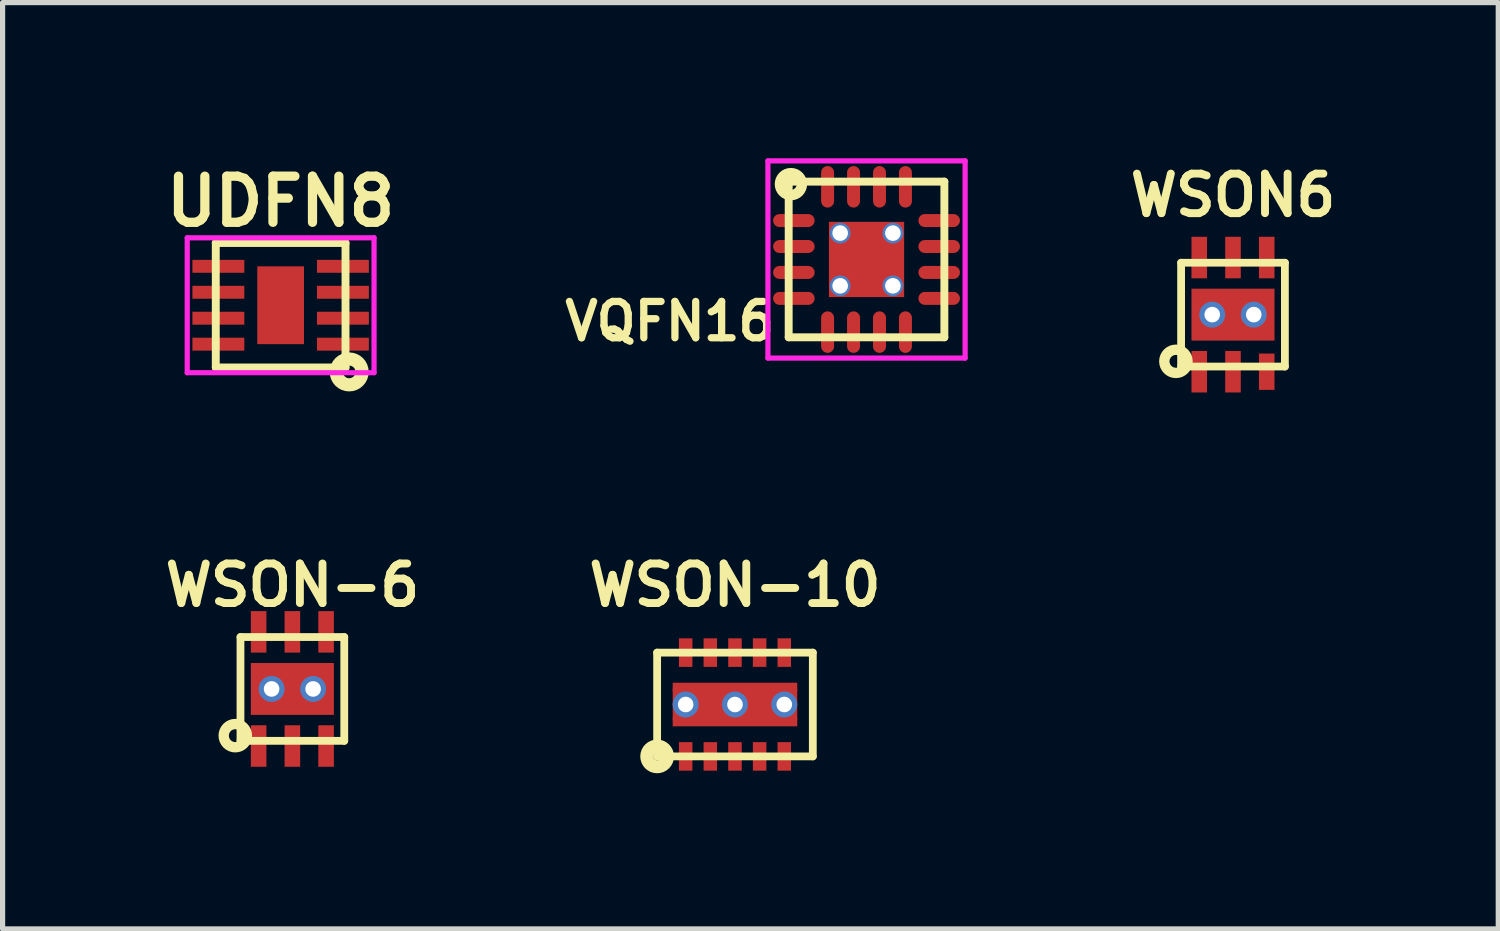
<source format=kicad_pcb>
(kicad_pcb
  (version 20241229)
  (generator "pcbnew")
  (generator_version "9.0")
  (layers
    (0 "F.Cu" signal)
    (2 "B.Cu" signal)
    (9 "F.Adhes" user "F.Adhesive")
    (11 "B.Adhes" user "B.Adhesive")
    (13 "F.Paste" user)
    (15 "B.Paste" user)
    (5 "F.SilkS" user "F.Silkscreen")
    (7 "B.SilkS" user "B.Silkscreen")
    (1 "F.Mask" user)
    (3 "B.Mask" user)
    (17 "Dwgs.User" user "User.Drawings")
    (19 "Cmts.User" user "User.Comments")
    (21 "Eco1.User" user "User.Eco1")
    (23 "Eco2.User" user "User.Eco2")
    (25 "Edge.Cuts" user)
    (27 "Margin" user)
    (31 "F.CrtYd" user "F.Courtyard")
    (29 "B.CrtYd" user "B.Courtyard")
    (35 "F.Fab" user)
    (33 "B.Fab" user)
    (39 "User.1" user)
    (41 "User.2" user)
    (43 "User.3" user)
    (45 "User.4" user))
  (footprint "UDFN8"
    (layer "F.Cu")
    (at 2.358 2.832)
    (property "Reference" "UDFN8" (at 0 -2 0) (layer "F.SilkS") (effects (font (size 0.889 0.889) (thickness 0.178))))
    (attr smd)
    (fp_line (start -1.25 -1.2) (end -1.25 1.2) (stroke (width 0.152) (type solid)) (layer "F.SilkS"))
    (fp_line (start -1.25 1.2) (end 1.25 1.2) (stroke (width 0.152) (type solid)) (layer "F.SilkS"))
    (fp_line (start 1.25 -1.2) (end -1.25 -1.2) (stroke (width 0.152) (type solid)) (layer "F.SilkS"))
    (fp_line (start 1.25 1.2) (end 1.25 -1.2) (stroke (width 0.152) (type solid)) (layer "F.SilkS"))
    (fp_circle (center 1.321 1.285) (end 1.194 1.499) (stroke (width 0.254) (type solid)) (fill no) (layer "F.SilkS"))
    (fp_line (start -1.8 -1.3) (end 1.8 -1.3) (stroke (width 0.1) (type solid)) (layer "F.CrtYd"))
    (fp_line (start -1.8 1.3) (end -1.8 -1.3) (stroke (width 0.1) (type solid)) (layer "F.CrtYd"))
    (fp_line (start 1.8 -1.3) (end 1.8 1.3) (stroke (width 0.1) (type solid)) (layer "F.CrtYd"))
    (fp_line (start 1.8 1.3) (end -1.8 1.3) (stroke (width 0.1) (type solid)) (layer "F.CrtYd"))
    (pad "" smd rect (at -0.23 -0.4) (size 0.3 0.5) (layers "F.Paste"))
    (pad "" smd rect (at -0.23 0.4) (size 0.3 0.5) (layers "F.Paste"))
    (pad "" smd rect (at 0.23 -0.4) (size 0.3 0.5) (layers "F.Paste"))
    (pad "" smd rect (at 0.23 0.4) (size 0.3 0.5) (layers "F.Paste"))
    (pad "1" smd rect (at 1.2 0.75) (size 1 0.249) (layers "F.Cu" "F.Mask" "F.Paste"))
    (pad "2" smd rect (at 1.2 0.25) (size 1 0.249) (layers "F.Cu" "F.Mask" "F.Paste"))
    (pad "3" smd rect (at 1.2 -0.25) (size 1 0.249) (layers "F.Cu" "F.Mask" "F.Paste"))
    (pad "4" smd rect (at 1.2 -0.75) (size 1 0.249) (layers "F.Cu" "F.Mask" "F.Paste"))
    (pad "5" smd rect (at -1.2 -0.75) (size 1 0.249) (layers "F.Cu" "F.Mask" "F.Paste"))
    (pad "6" smd rect (at -1.2 -0.25) (size 1 0.249) (layers "F.Cu" "F.Mask" "F.Paste"))
    (pad "7" smd rect (at -1.2 0.25) (size 1 0.249) (layers "F.Cu" "F.Mask" "F.Paste"))
    (pad "8" smd rect (at -1.2 0.75) (size 1 0.249) (layers "F.Cu" "F.Mask" "F.Paste"))
    (pad "EP" smd rect (at 0 0) (size 0.9 1.5) (layers "F.Cu" "F.Mask")))
  (footprint "WSON6"
    (layer "F.Cu")
    (at 20.71 3.013)
    (property "Reference" "WSON6" (at 0 -2.3 0) (layer "F.SilkS") (effects (font (size 0.762 0.762) (thickness 0.152))))
    (attr through_hole)
    (fp_line (start -1 -1) (end 1 -1) (stroke (width 0.15) (type solid)) (layer "F.SilkS"))
    (fp_line (start -1 1) (end -1 -1) (stroke (width 0.15) (type solid)) (layer "F.SilkS"))
    (fp_line (start 1 -1) (end 1 1) (stroke (width 0.15) (type solid)) (layer "F.SilkS"))
    (fp_line (start 1 1) (end -1 1) (stroke (width 0.15) (type solid)) (layer "F.SilkS"))
    (fp_circle (center -1.1 0.9) (end -1 0.7) (stroke (width 0.2) (type solid)) (fill no) (layer "F.SilkS"))
    (pad "1" smd rect (at -0.65 1.1) (size 0.3 0.8) (layers "F.Cu" "F.Mask" "F.Paste"))
    (pad "2" smd rect (at 0 1.1) (size 0.3 0.8) (layers "F.Cu" "F.Mask" "F.Paste"))
    (pad "3" smd rect (at 0.65 1.1) (size 0.3 0.7) (layers "F.Cu" "F.Mask" "F.Paste"))
    (pad "4" smd rect (at 0.65 -1.1) (size 0.3 0.8) (layers "F.Cu" "F.Mask" "F.Paste"))
    (pad "5" smd rect (at 0 -1.1) (size 0.3 0.8) (layers "F.Cu" "F.Mask" "F.Paste"))
    (pad "6" smd rect (at -0.65 -1.1) (size 0.3 0.8) (layers "F.Cu" "F.Mask" "F.Paste"))
    (pad "7" thru_hole circle (at -0.4 0) (size 0.5 0.5) (drill 0.3) (layers "*.Cu"))
    (pad "7" smd rect (at 0 0) (size 1.6 1) (layers "F.Cu" "F.Mask" "F.Paste"))
    (pad "7" thru_hole circle (at 0.4 0) (size 0.5 0.5) (drill 0.3) (layers "*.Cu")))
  (footprint "WSON-10"
    (layer "F.Cu")
    (at 11.113 10.526)
    (property "Reference" "WSON-10" (at 0 -2.3 0) (layer "F.SilkS") (effects (font (size 0.762 0.762) (thickness 0.152))))
    (attr through_hole)
    (fp_line (start -1.5 -1) (end 1.5 -1) (stroke (width 0.15) (type solid)) (layer "F.SilkS"))
    (fp_line (start -1.5 1) (end -1.5 -1) (stroke (width 0.15) (type solid)) (layer "F.SilkS"))
    (fp_line (start 1.5 -1) (end 1.5 1) (stroke (width 0.15) (type solid)) (layer "F.SilkS"))
    (fp_line (start 1.5 1) (end -1.5 1) (stroke (width 0.15) (type solid)) (layer "F.SilkS"))
    (fp_circle (center -1.5 1) (end -1.3 1) (stroke (width 0.25) (type solid)) (fill no) (layer "F.SilkS"))
    (pad "1" smd rect (at -0.95 1) (size 0.26 0.55) (layers "F.Cu" "F.Mask" "F.Paste"))
    (pad "2" smd rect (at -0.475 1) (size 0.26 0.55) (layers "F.Cu" "F.Mask" "F.Paste"))
    (pad "3" smd rect (at 0 1) (size 0.26 0.55) (layers "F.Cu" "F.Mask" "F.Paste"))
    (pad "4" smd rect (at 0.475 1) (size 0.26 0.55) (layers "F.Cu" "F.Mask" "F.Paste"))
    (pad "5" smd rect (at 0.95 1) (size 0.26 0.55) (layers "F.Cu" "F.Mask" "F.Paste"))
    (pad "6" smd rect (at 0.95 -1) (size 0.26 0.55) (layers "F.Cu" "F.Mask" "F.Paste"))
    (pad "7" smd rect (at 0.475 -1) (size 0.26 0.55) (layers "F.Cu" "F.Mask" "F.Paste"))
    (pad "8" smd rect (at 0 -1) (size 0.26 0.55) (layers "F.Cu" "F.Mask" "F.Paste"))
    (pad "9" smd rect (at -0.475 -1) (size 0.26 0.55) (layers "F.Cu" "F.Mask" "F.Paste"))
    (pad "10" smd rect (at -0.95 -1) (size 0.26 0.55) (layers "F.Cu" "F.Mask" "F.Paste"))
    (pad "11" smd oval (at -0.95 -0.28) (size 0.5 0.25) (layers "F.Cu" "F.Mask" "F.Paste"))
    (pad "11" thru_hole circle (at -0.95 0) (size 0.5 0.5) (drill 0.3) (layers "*.Cu"))
    (pad "11" smd oval (at -0.95 0.28) (size 0.5 0.25) (layers "F.Cu" "F.Mask" "F.Paste"))
    (pad "11" smd oval (at -0.35 0) (size 0.4 0.82) (layers "F.Cu" "F.Mask" "F.Paste"))
    (pad "11" thru_hole circle (at 0 0) (size 0.5 0.5) (drill 0.3) (layers "*.Cu"))
    (pad "11" smd rect (at 0 0) (size 2.4 0.84) (layers "F.Cu" "F.Mask"))
    (pad "11" smd oval (at 0.35 0) (size 0.4 0.82) (layers "F.Cu" "F.Mask" "F.Paste"))
    (pad "11" smd oval (at 0.95 -0.28) (size 0.5 0.25) (layers "F.Cu" "F.Mask" "F.Paste"))
    (pad "11" thru_hole circle (at 0.95 0) (size 0.5 0.5) (drill 0.3) (layers "*.Cu"))
    (pad "11" smd oval (at 0.95 0.28) (size 0.5 0.25) (layers "F.Cu" "F.Mask" "F.Paste")))
  (footprint "WSON-6"
    (layer "F.Cu")
    (at 2.584 10.226)
    (property "Reference" "WSON-6" (at 0 -2 0) (layer "F.SilkS") (effects (font (size 0.762 0.762) (thickness 0.152))))
    (attr through_hole)
    (fp_line (start -1 -1) (end 1 -1) (stroke (width 0.15) (type solid)) (layer "F.SilkS"))
    (fp_line (start -1 1) (end -1 -1) (stroke (width 0.15) (type solid)) (layer "F.SilkS"))
    (fp_line (start 1 -1) (end 1 1) (stroke (width 0.15) (type solid)) (layer "F.SilkS"))
    (fp_line (start 1 1) (end -1 1) (stroke (width 0.15) (type solid)) (layer "F.SilkS"))
    (fp_circle (center -1.1 0.9) (end -1 0.7) (stroke (width 0.2) (type solid)) (fill no) (layer "F.SilkS"))
    (pad "1" smd rect (at -0.65 1.1) (size 0.3 0.8) (layers "F.Cu" "F.Mask" "F.Paste"))
    (pad "2" smd rect (at 0 1.1) (size 0.3 0.8) (layers "F.Cu" "F.Mask" "F.Paste"))
    (pad "3" smd rect (at 0.65 1.1) (size 0.3 0.8) (layers "F.Cu" "F.Mask" "F.Paste"))
    (pad "4" smd rect (at 0.65 -1.1) (size 0.3 0.8) (layers "F.Cu" "F.Mask" "F.Paste"))
    (pad "5" smd rect (at 0 -1.1) (size 0.3 0.8) (layers "F.Cu" "F.Mask" "F.Paste"))
    (pad "6" smd rect (at -0.65 -1.1) (size 0.3 0.8) (layers "F.Cu" "F.Mask" "F.Paste"))
    (pad "EP" thru_hole circle (at -0.4 0) (size 0.5 0.5) (drill 0.3) (layers "*.Cu"))
    (pad "EP" smd rect (at 0 0) (size 1.6 1) (layers "F.Cu" "F.Mask" "F.Paste"))
    (pad "EP" thru_hole circle (at 0.4 0) (size 0.5 0.5) (drill 0.3) (layers "*.Cu")))
  (footprint "VQFN16"
    (layer "F.Cu")
    (at 13.648 1.95)
    (property "Reference" "VQFN16" (at -3.792 1.192 0) (layer "F.SilkS") (effects (font (size 0.7 0.7) (thickness 0.14))))
    (attr smd)
    (fp_line (start -1.5 -1.5) (end -1.5 1.5) (stroke (width 0.152) (type solid)) (layer "F.SilkS"))
    (fp_line (start -1.5 1.5) (end 1.5 1.5) (stroke (width 0.152) (type solid)) (layer "F.SilkS"))
    (fp_line (start 1.5 -1.5) (end -1.5 -1.5) (stroke (width 0.152) (type solid)) (layer "F.SilkS"))
    (fp_line (start 1.5 1.5) (end 1.5 -1.5) (stroke (width 0.152) (type solid)) (layer "F.SilkS"))
    (fp_circle (center -1.457 -1.452) (end -1.457 -1.24) (stroke (width 0.2) (type solid)) (fill no) (layer "F.SilkS"))
    (fp_line (start -1.9 -1.9) (end 1.9 -1.9) (stroke (width 0.1) (type solid)) (layer "F.CrtYd"))
    (fp_line (start -1.9 1.9) (end -1.9 -1.9) (stroke (width 0.1) (type solid)) (layer "F.CrtYd"))
    (fp_line (start 1.9 -1.9) (end 1.9 1.9) (stroke (width 0.1) (type solid)) (layer "F.CrtYd"))
    (fp_line (start 1.9 1.9) (end -1.9 1.9) (stroke (width 0.1) (type solid)) (layer "F.CrtYd"))
    (pad "" smd circle (at -0.38 0 270) (size 0.45 0.45) (layers "F.Paste"))
    (pad "" smd circle (at 0 -0.38 270) (size 0.45 0.45) (layers "F.Paste"))
    (pad "" smd circle (at 0 0.38 270) (size 0.45 0.45) (layers "F.Paste"))
    (pad "" smd circle (at 0.38 0 270) (size 0.45 0.45) (layers "F.Paste"))
    (pad "1" smd oval (at -1.4 -0.75) (size 0.8 0.25) (layers "F.Cu" "F.Mask" "F.Paste"))
    (pad "2" smd oval (at -1.4 -0.25) (size 0.8 0.25) (layers "F.Cu" "F.Mask" "F.Paste"))
    (pad "3" smd oval (at -1.4 0.25) (size 0.8 0.25) (layers "F.Cu" "F.Mask" "F.Paste"))
    (pad "4" smd oval (at -1.4 0.75) (size 0.8 0.25) (layers "F.Cu" "F.Mask" "F.Paste"))
    (pad "5" smd oval (at -0.75 1.4 90) (size 0.8 0.25) (layers "F.Cu" "F.Mask" "F.Paste"))
    (pad "6" smd oval (at -0.25 1.4 90) (size 0.8 0.25) (layers "F.Cu" "F.Mask" "F.Paste"))
    (pad "7" smd oval (at 0.25 1.4 90) (size 0.8 0.25) (layers "F.Cu" "F.Mask" "F.Paste"))
    (pad "8" smd oval (at 0.75 1.4 90) (size 0.8 0.25) (layers "F.Cu" "F.Mask" "F.Paste"))
    (pad "9" smd oval (at 1.4 0.75) (size 0.8 0.25) (layers "F.Cu" "F.Mask" "F.Paste"))
    (pad "10" smd oval (at 1.4 0.25) (size 0.8 0.25) (layers "F.Cu" "F.Mask" "F.Paste"))
    (pad "11" smd oval (at 1.4 -0.25) (size 0.8 0.25) (layers "F.Cu" "F.Mask" "F.Paste"))
    (pad "12" smd oval (at 1.4 -0.75 180) (size 0.8 0.25) (layers "F.Cu" "F.Mask" "F.Paste"))
    (pad "13" smd oval (at 0.75 -1.4 90) (size 0.8 0.25) (layers "F.Cu" "F.Mask" "F.Paste"))
    (pad "14" smd oval (at 0.25 -1.4 90) (size 0.8 0.25) (layers "F.Cu" "F.Mask" "F.Paste"))
    (pad "15" smd oval (at -0.25 -1.4 90) (size 0.8 0.25) (layers "F.Cu" "F.Mask" "F.Paste"))
    (pad "16" smd oval (at -0.75 -1.4 270) (size 0.8 0.25) (layers "F.Cu" "F.Mask" "F.Paste"))
    (pad "Pad" thru_hole circle (at -0.508 -0.508 90) (size 0.399 0.399) (drill 0.3) (layers "*.Cu"))
    (pad "Pad" thru_hole circle (at -0.508 0.508 90) (size 0.399 0.399) (drill 0.3) (layers "*.Cu"))
    (pad "Pad" smd rect (at 0 0 270) (size 1.45 1.45) (layers "F.Cu" "F.Mask"))
    (pad "Pad" thru_hole circle (at 0.508 -0.508 90) (size 0.399 0.399) (drill 0.3) (layers "*.Cu"))
    (pad "Pad" thru_hole circle (at 0.508 0.508 90) (size 0.399 0.399) (drill 0.3) (layers "*.Cu")))
  (gr_rect
    (start -3 -3)
    (end 25.822 14.851)
    (stroke (width 0.1) (type default))
    (fill no)
    (layer "Edge.Cuts")))
</source>
